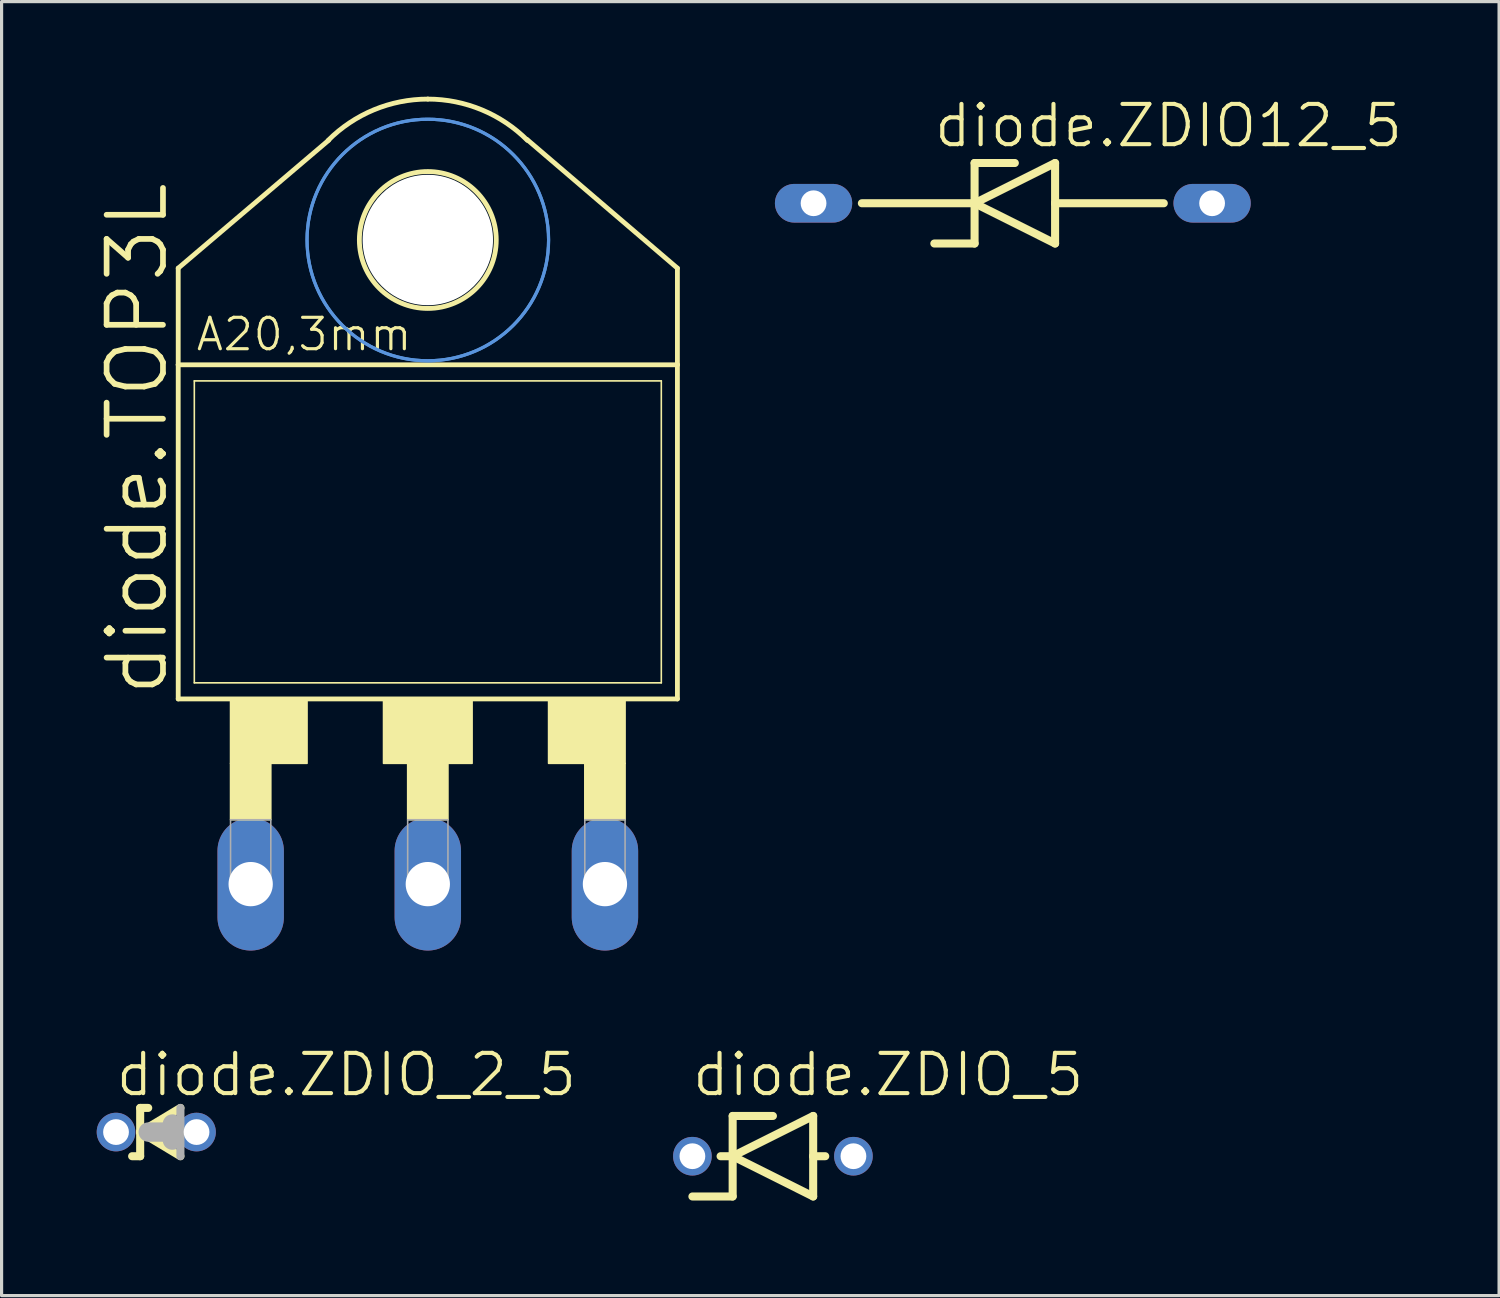
<source format=kicad_pcb>
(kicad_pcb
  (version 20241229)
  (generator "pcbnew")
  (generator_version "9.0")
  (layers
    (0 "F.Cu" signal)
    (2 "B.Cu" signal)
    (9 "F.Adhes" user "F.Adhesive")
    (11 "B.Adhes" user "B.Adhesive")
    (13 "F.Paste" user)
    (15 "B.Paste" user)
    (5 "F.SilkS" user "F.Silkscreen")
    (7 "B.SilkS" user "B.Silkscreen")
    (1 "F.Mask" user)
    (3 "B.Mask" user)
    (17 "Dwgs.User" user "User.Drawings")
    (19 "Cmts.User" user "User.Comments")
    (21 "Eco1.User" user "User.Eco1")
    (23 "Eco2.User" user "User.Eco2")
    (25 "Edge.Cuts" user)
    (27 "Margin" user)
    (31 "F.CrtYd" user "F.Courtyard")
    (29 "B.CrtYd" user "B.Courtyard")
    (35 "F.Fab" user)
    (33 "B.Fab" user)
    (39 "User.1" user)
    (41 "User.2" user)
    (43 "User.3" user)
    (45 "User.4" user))
  (footprint "diode.ZDIO_5"
    (layer "F.Cu")
    (at 21.333 33.425)
    (property "Reference" "diode.ZDIO_5" (at -2.616 -1.829 0) (layer "F.SilkS") (effects (font (size 1.27 1.27) (thickness 0.13)) (justify left bottom)))
    (attr through_hole)
    (fp_line (start -1.651 0) (end -1.27 0) (stroke (width 0.254) (type default)) (layer "F.SilkS"))
    (fp_line (start -1.27 -1.27) (end -1.27 0) (stroke (width 0.254) (type default)) (layer "F.SilkS"))
    (fp_line (start -1.27 0) (end -1.27 1.27) (stroke (width 0.254) (type default)) (layer "F.SilkS"))
    (fp_line (start -1.27 0) (end 1.27 -1.27) (stroke (width 0.254) (type default)) (layer "F.SilkS"))
    (fp_line (start -1.27 1.27) (end -2.54 1.27) (stroke (width 0.254) (type default)) (layer "F.SilkS"))
    (fp_line (start 0 -1.27) (end -1.27 -1.27) (stroke (width 0.254) (type default)) (layer "F.SilkS"))
    (fp_line (start 1.27 -1.27) (end 1.27 0) (stroke (width 0.254) (type default)) (layer "F.SilkS"))
    (fp_line (start 1.27 0) (end 1.27 1.27) (stroke (width 0.254) (type default)) (layer "F.SilkS"))
    (fp_line (start 1.27 0) (end 1.651 0) (stroke (width 0.254) (type default)) (layer "F.SilkS"))
    (fp_line (start 1.27 1.27) (end -1.27 0) (stroke (width 0.254) (type default)) (layer "F.SilkS"))
    (pad "A" thru_hole circle (at 2.54 0) (size 1.219 1.219) (drill 0.813) (layers "*.Cu" "*.Mask"))
    (pad "C" thru_hole circle (at -2.54 0) (size 1.219 1.219) (drill 0.813) (layers "*.Cu" "*.Mask")))
  (footprint "diode.TOP3L"
    (layer "F.Cu")
    (at 10.446 17.221)
    (property "Reference" "diode.TOP3L" (at -8.128 1.778 90) (layer "F.SilkS") (effects (font (size 1.778 1.778) (thickness 0.18)) (justify left bottom)))
    (attr through_hole)
    (fp_line (start -7.874 -11.811) (end -3.124 -15.85) (stroke (width 0.152) (type default)) (layer "F.SilkS"))
    (fp_line (start -7.874 -8.763) (end -7.874 -11.811) (stroke (width 0.152) (type default)) (layer "F.SilkS"))
    (fp_line (start -7.874 1.778) (end -7.874 -8.763) (stroke (width 0.152) (type default)) (layer "F.SilkS"))
    (fp_line (start -7.874 1.778) (end 7.874 1.778) (stroke (width 0.152) (type default)) (layer "F.SilkS"))
    (fp_line (start -7.366 1.27) (end -7.366 -8.255) (stroke (width 0.051) (type default)) (layer "F.SilkS"))
    (fp_line (start -7.366 1.27) (end 7.366 1.27) (stroke (width 0.051) (type default)) (layer "F.SilkS"))
    (fp_line (start 7.366 -8.255) (end -7.366 -8.255) (stroke (width 0.051) (type default)) (layer "F.SilkS"))
    (fp_line (start 7.366 -8.255) (end 7.366 1.27) (stroke (width 0.051) (type default)) (layer "F.SilkS"))
    (fp_line (start 7.874 -11.811) (end 3.124 -15.875) (stroke (width 0.152) (type default)) (layer "F.SilkS"))
    (fp_line (start 7.874 -8.763) (end -7.874 -8.763) (stroke (width 0.152) (type default)) (layer "F.SilkS"))
    (fp_line (start 7.874 -8.763) (end 7.874 -11.811) (stroke (width 0.152) (type default)) (layer "F.SilkS"))
    (fp_line (start 7.874 -8.763) (end 7.874 1.778) (stroke (width 0.152) (type default)) (layer "F.SilkS"))
    (fp_rect (start -6.223 3.81) (end -3.81 1.778) (stroke (width 0.05) (type default)) (fill yes) (layer "F.SilkS"))
    (fp_rect (start -6.223 5.588) (end -4.953 3.81) (stroke (width 0.05) (type default)) (fill yes) (layer "F.SilkS"))
    (fp_rect (start -1.397 3.81) (end 1.397 1.778) (stroke (width 0.05) (type default)) (fill yes) (layer "F.SilkS"))
    (fp_rect (start -0.635 5.588) (end 0.635 3.81) (stroke (width 0.05) (type default)) (fill yes) (layer "F.SilkS"))
    (fp_rect (start 3.81 3.81) (end 6.223 1.778) (stroke (width 0.05) (type default)) (fill yes) (layer "F.SilkS"))
    (fp_rect (start 4.953 5.588) (end 6.223 3.81) (stroke (width 0.05) (type default)) (fill yes) (layer "F.SilkS"))
    (fp_arc (start -3.1431 -15.8431) (mid -1.701032 -16.806651) (end 0 -17.145) (stroke (width 0.1524) (type default)) (layer "F.SilkS"))
    (fp_arc (start 0 -17.145) (mid 1.701032 -16.806651) (end 3.1431 -15.8431) (stroke (width 0.1524) (type default)) (layer "F.SilkS"))
    (fp_circle (center 0 -12.7) (end 2.159 -12.7) (stroke (width 0.152) (type default)) (fill no) (layer "F.SilkS"))
    (fp_circle (center 0 -12.7) (end 3.81 -12.7) (stroke (width 0.1) (type default)) (fill no) (layer "Cmts.User"))
    (fp_circle (center 0 -12.7) (end 3.81 -12.7) (stroke (width 0.1) (type default)) (fill no) (layer "Cmts.User"))
    (fp_rect (start -6.223 7.493) (end -4.953 5.588) (stroke (width 0.05) (type default)) (fill no) (layer "F.Fab"))
    (fp_rect (start -0.635 7.493) (end 0.635 5.588) (stroke (width 0.05) (type default)) (fill no) (layer "F.Fab"))
    (fp_rect (start 4.953 7.493) (end 6.223 5.588) (stroke (width 0.05) (type default)) (fill no) (layer "F.Fab"))
    (fp_text user "A20,3mm" (at -7.366 -9.144 0) (layer "F.SilkS") (effects (font (size 0.991 0.991) (thickness 0.1)) (justify left bottom)))
    (pad "" np_thru_hole circle (at 0 -12.7) (size 4.115 4.115) (drill 4.115) (layers "*.Cu" "*.Mask"))
    (pad "A1" thru_hole oval (at -5.588 7.62 90) (size 4.191 2.095) (drill 1.397) (layers "*.Cu" "*.Mask"))
    (pad "A2" thru_hole oval (at 5.588 7.62 90) (size 4.191 2.095) (drill 1.397) (layers "*.Cu" "*.Mask"))
    (pad "C" thru_hole oval (at 0 7.62 90) (size 4.191 2.095) (drill 1.397) (layers "*.Cu" "*.Mask")))
  (footprint "diode.ZDIO12_5"
    (layer "F.Cu")
    (at 28.965 3.362)
    (property "Reference" "diode.ZDIO12_5" (at -2.616 -1.702 0) (layer "F.SilkS") (effects (font (size 1.27 1.27) (thickness 0.13)) (justify left bottom)))
    (attr through_hole)
    (fp_line (start -4.826 0) (end -1.27 0) (stroke (width 0.254) (type default)) (layer "F.SilkS"))
    (fp_line (start -1.27 -1.27) (end -1.27 0) (stroke (width 0.254) (type default)) (layer "F.SilkS"))
    (fp_line (start -1.27 0) (end -1.27 1.27) (stroke (width 0.254) (type default)) (layer "F.SilkS"))
    (fp_line (start -1.27 0) (end 1.27 -1.27) (stroke (width 0.254) (type default)) (layer "F.SilkS"))
    (fp_line (start -1.27 1.27) (end -2.54 1.27) (stroke (width 0.254) (type default)) (layer "F.SilkS"))
    (fp_line (start 0 -1.27) (end -1.27 -1.27) (stroke (width 0.254) (type default)) (layer "F.SilkS"))
    (fp_line (start 1.27 -1.27) (end 1.27 0) (stroke (width 0.254) (type default)) (layer "F.SilkS"))
    (fp_line (start 1.27 0) (end 1.27 1.27) (stroke (width 0.254) (type default)) (layer "F.SilkS"))
    (fp_line (start 1.27 0) (end 4.699 0) (stroke (width 0.254) (type default)) (layer "F.SilkS"))
    (fp_line (start 1.27 1.27) (end -1.27 0) (stroke (width 0.254) (type default)) (layer "F.SilkS"))
    (pad "A" thru_hole oval (at 6.223 0) (size 2.438 1.219) (drill 0.813) (layers "*.Cu" "*.Mask"))
    (pad "C" thru_hole oval (at -6.35 0) (size 2.438 1.219) (drill 0.813) (layers "*.Cu" "*.Mask")))
  (footprint "diode.ZDIO_2_5"
    (layer "F.Cu")
    (at 1.88 32.663)
    (property "Reference" "diode.ZDIO_2_5" (at -1.346 -1.067 0) (layer "F.SilkS") (effects (font (size 1.27 1.27) (thickness 0.13)) (justify left bottom)))
    (attr through_hole)
    (fp_line (start -0.508 -0.762) (end -0.508 0) (stroke (width 0.254) (type default)) (layer "F.SilkS"))
    (fp_line (start -0.508 0) (end -0.508 0.762) (stroke (width 0.254) (type default)) (layer "F.SilkS"))
    (fp_line (start -0.508 0) (end 0.762 -0.762) (stroke (width 0.254) (type default)) (layer "F.SilkS"))
    (fp_line (start -0.508 0.762) (end -0.762 0.762) (stroke (width 0.254) (type default)) (layer "F.SilkS"))
    (fp_line (start -0.254 -0.762) (end -0.508 -0.762) (stroke (width 0.254) (type default)) (layer "F.SilkS"))
    (fp_line (start 0.762 0.762) (end -0.508 0) (stroke (width 0.254) (type default)) (layer "F.SilkS"))
    (fp_line (start 0.508 -0.254) (end 0.508 0) (stroke (width 0.61) (type default)) (layer "F.Fab"))
    (fp_line (start 0.508 0) (end -0.254 0) (stroke (width 0.61) (type default)) (layer "F.Fab"))
    (fp_line (start 0.508 0) (end 0.508 0.254) (stroke (width 0.61) (type default)) (layer "F.Fab"))
    (fp_line (start 0.762 -0.762) (end 0.762 0.762) (stroke (width 0.254) (type default)) (layer "F.Fab"))
    (pad "A" thru_hole circle (at 1.27 0) (size 1.219 1.219) (drill 0.813) (layers "*.Cu" "*.Mask"))
    (pad "C" thru_hole circle (at -1.27 0) (size 1.219 1.219) (drill 0.813) (layers "*.Cu" "*.Mask")))
  (gr_rect
    (start -3 -3)
    (end 44.241 37.822)
    (stroke (width 0.1) (type default))
    (fill no)
    (layer "Edge.Cuts")))
</source>
